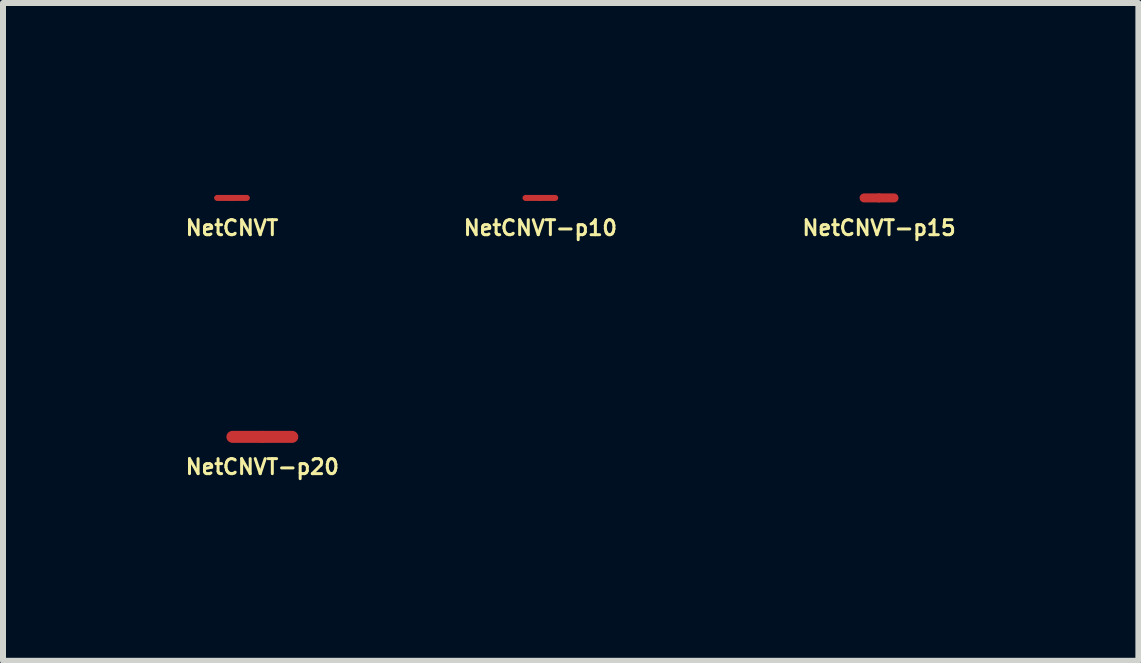
<source format=kicad_pcb>
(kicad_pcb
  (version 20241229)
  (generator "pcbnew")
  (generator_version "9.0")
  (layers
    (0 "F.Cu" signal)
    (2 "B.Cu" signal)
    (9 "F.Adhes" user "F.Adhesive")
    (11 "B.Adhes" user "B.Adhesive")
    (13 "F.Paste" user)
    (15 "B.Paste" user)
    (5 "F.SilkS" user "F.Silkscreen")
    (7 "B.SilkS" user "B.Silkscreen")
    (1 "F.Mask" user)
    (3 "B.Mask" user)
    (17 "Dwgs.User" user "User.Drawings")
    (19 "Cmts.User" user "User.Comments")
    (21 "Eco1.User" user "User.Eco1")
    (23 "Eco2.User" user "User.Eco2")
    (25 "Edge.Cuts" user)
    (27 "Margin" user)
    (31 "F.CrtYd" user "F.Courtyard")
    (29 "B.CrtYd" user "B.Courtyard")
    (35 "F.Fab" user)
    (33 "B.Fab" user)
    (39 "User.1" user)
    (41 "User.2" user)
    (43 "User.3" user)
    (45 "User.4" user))
  (footprint "NetCNVT"
    (layer "F.Cu")
    (at 0.818 0.25)
    (property "Reference" "NetCNVT" (at 0 0.5 0) (unlocked yes) (layer "F.SilkS") (effects (font (size 0.25 0.25) (thickness 0.05) (bold yes))))
    (attr exclude_from_pos_files exclude_from_bom)
    (pad "1" connect custom (at -0.25 0) (size 0.1 0.1) (layers "F.Cu") (options (anchor circle)) (primitives (gr_line (start 0 0) (end 0.25 0) (width 0.1))))
    (pad "2" connect custom (at 0.25 0) (size 0.1 0.1) (layers "F.Cu") (options (anchor circle)) (primitives (gr_line (start 0 0) (end -0.25 0) (width 0.1)))))
  (footprint "NetCNVT-p15"
    (layer "F.Cu")
    (at 11.607 0.25)
    (property "Reference" "NetCNVT-p15" (at 0 0.5 0) (unlocked yes) (layer "F.SilkS") (effects (font (size 0.25 0.25) (thickness 0.05) (bold yes))))
    (attr exclude_from_pos_files exclude_from_bom)
    (pad "1" connect custom (at -0.25 0) (size 0.15 0.15) (layers "F.Cu") (options (anchor circle)) (primitives (gr_line (start 0 0) (end 0.25 0) (width 0.15))))
    (pad "2" connect custom (at 0.25 0) (size 0.15 0.15) (layers "F.Cu") (options (anchor circle)) (primitives (gr_line (start 0 0) (end -0.25 0) (width 0.15)))))
  (footprint "NetCNVT-p20"
    (layer "F.Cu")
    (at 1.324 4.234)
    (property "Reference" "NetCNVT-p20" (at 0 0.5 0) (unlocked yes) (layer "F.SilkS") (effects (font (size 0.25 0.25) (thickness 0.05) (bold yes))))
    (attr exclude_from_pos_files exclude_from_bom)
    (pad "1" connect custom (at -0.5 0) (size 0.2 0.2) (layers "F.Cu") (options (anchor circle)) (primitives (gr_line (start 0 0) (end 0.5 0) (width 0.2))))
    (pad "2" connect custom (at 0.5 0) (size 0.2 0.2) (layers "F.Cu") (options (anchor circle)) (primitives (gr_line (start 0 0) (end -0.5 0) (width 0.2)))))
  (footprint "NetCNVT-p10"
    (layer "F.Cu")
    (at 5.96 0.25)
    (property "Reference" "NetCNVT-p10" (at 0 0.5 0) (unlocked yes) (layer "F.SilkS") (effects (font (size 0.25 0.25) (thickness 0.05) (bold yes))))
    (attr exclude_from_pos_files exclude_from_bom)
    (pad "1" connect custom (at -0.25 0) (size 0.1 0.1) (layers "F.Cu") (options (anchor circle)) (primitives (gr_line (start 0 0) (end 0.25 0) (width 0.1))))
    (pad "2" connect custom (at 0.25 0) (size 0.1 0.1) (layers "F.Cu") (options (anchor circle)) (primitives (gr_line (start 0 0) (end -0.25 0) (width 0.1)))))
  (gr_rect
    (start -3 -3)
    (end 15.931 7.968)
    (stroke (width 0.1) (type default))
    (fill no)
    (layer "Edge.Cuts")))
</source>
